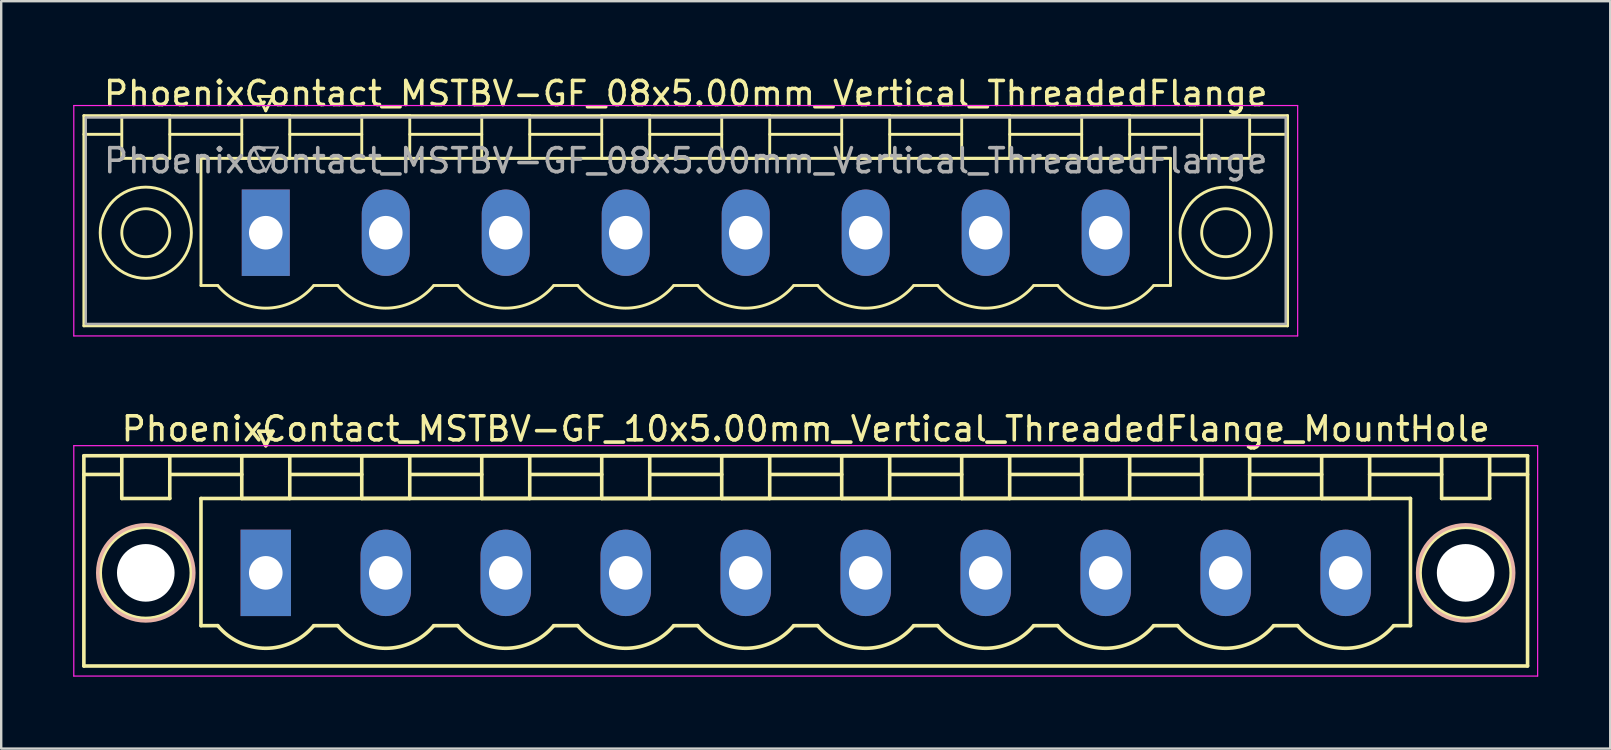
<source format=kicad_pcb>
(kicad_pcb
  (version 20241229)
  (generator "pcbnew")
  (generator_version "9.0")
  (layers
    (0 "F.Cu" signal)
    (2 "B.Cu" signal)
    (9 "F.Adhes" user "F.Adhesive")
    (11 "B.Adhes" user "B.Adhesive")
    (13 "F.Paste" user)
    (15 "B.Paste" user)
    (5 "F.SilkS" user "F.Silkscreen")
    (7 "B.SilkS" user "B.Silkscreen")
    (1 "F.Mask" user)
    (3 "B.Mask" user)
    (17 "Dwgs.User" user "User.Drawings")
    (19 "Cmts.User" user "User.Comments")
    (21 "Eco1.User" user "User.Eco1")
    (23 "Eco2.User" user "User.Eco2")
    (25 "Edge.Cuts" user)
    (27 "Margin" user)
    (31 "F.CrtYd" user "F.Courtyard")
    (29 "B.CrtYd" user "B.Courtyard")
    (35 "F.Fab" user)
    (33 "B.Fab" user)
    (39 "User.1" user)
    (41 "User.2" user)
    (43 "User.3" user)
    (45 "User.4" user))
  (footprint "PhoenixContact_MSTBV-GF_08x5.00mm_Vertical_ThreadedFlange"
    (layer "F.Cu")
    (at 8.025 6.648)
    (property "Reference" "PhoenixContact_MSTBV-GF_08x5.00mm_Vertical_ThreadedFlange" (at 17.5 -5.8 0) (layer "F.SilkS") (effects (font (size 1 1) (thickness 0.15))))
    (attr through_hole)
    (fp_line (start -7.58 -4.88) (end -7.58 3.88) (stroke (width 0.12) (type solid)) (layer "F.SilkS"))
    (fp_line (start -7.58 -4.1) (end -6.08 -4.1) (stroke (width 0.12) (type solid)) (layer "F.SilkS"))
    (fp_line (start -7.58 3.88) (end 42.58 3.88) (stroke (width 0.12) (type solid)) (layer "F.SilkS"))
    (fp_line (start -6 -4.88) (end -4 -4.88) (stroke (width 0.12) (type solid)) (layer "F.SilkS"))
    (fp_line (start -6 -3.1) (end -6 -4.88) (stroke (width 0.12) (type solid)) (layer "F.SilkS"))
    (fp_line (start -4 -4.88) (end -4 -3.1) (stroke (width 0.12) (type solid)) (layer "F.SilkS"))
    (fp_line (start -4 -4.1) (end -1 -4.1) (stroke (width 0.12) (type solid)) (layer "F.SilkS"))
    (fp_line (start -4 -3.1) (end -6 -3.1) (stroke (width 0.12) (type solid)) (layer "F.SilkS"))
    (fp_line (start -2.7 -3.1) (end 37.7 -3.1) (stroke (width 0.12) (type solid)) (layer "F.SilkS"))
    (fp_line (start -2.7 2.2) (end -2.7 -3.1) (stroke (width 0.12) (type solid)) (layer "F.SilkS"))
    (fp_line (start -2 2.2) (end -2.7 2.2) (stroke (width 0.12) (type solid)) (layer "F.SilkS"))
    (fp_line (start -1 -4.88) (end 1 -4.88) (stroke (width 0.12) (type solid)) (layer "F.SilkS"))
    (fp_line (start -1 -3.1) (end -1 -4.88) (stroke (width 0.12) (type solid)) (layer "F.SilkS"))
    (fp_line (start -0.3 -5.68) (end 0.3 -5.68) (stroke (width 0.12) (type solid)) (layer "F.SilkS"))
    (fp_line (start 0 -5.08) (end -0.3 -5.68) (stroke (width 0.12) (type solid)) (layer "F.SilkS"))
    (fp_line (start 0.3 -5.68) (end 0 -5.08) (stroke (width 0.12) (type solid)) (layer "F.SilkS"))
    (fp_line (start 1 -4.88) (end 1 -3.1) (stroke (width 0.12) (type solid)) (layer "F.SilkS"))
    (fp_line (start 1 -4.1) (end 4 -4.1) (stroke (width 0.12) (type solid)) (layer "F.SilkS"))
    (fp_line (start 1 -3.1) (end -1 -3.1) (stroke (width 0.12) (type solid)) (layer "F.SilkS"))
    (fp_line (start 2 2.2) (end 3 2.2) (stroke (width 0.12) (type solid)) (layer "F.SilkS"))
    (fp_line (start 4 -4.88) (end 6 -4.88) (stroke (width 0.12) (type solid)) (layer "F.SilkS"))
    (fp_line (start 4 -3.1) (end 4 -4.88) (stroke (width 0.12) (type solid)) (layer "F.SilkS"))
    (fp_line (start 6 -4.88) (end 6 -3.1) (stroke (width 0.12) (type solid)) (layer "F.SilkS"))
    (fp_line (start 6 -4.1) (end 9 -4.1) (stroke (width 0.12) (type solid)) (layer "F.SilkS"))
    (fp_line (start 6 -3.1) (end 4 -3.1) (stroke (width 0.12) (type solid)) (layer "F.SilkS"))
    (fp_line (start 7 2.2) (end 8 2.2) (stroke (width 0.12) (type solid)) (layer "F.SilkS"))
    (fp_line (start 9 -4.88) (end 11 -4.88) (stroke (width 0.12) (type solid)) (layer "F.SilkS"))
    (fp_line (start 9 -3.1) (end 9 -4.88) (stroke (width 0.12) (type solid)) (layer "F.SilkS"))
    (fp_line (start 11 -4.88) (end 11 -3.1) (stroke (width 0.12) (type solid)) (layer "F.SilkS"))
    (fp_line (start 11 -4.1) (end 14 -4.1) (stroke (width 0.12) (type solid)) (layer "F.SilkS"))
    (fp_line (start 11 -3.1) (end 9 -3.1) (stroke (width 0.12) (type solid)) (layer "F.SilkS"))
    (fp_line (start 12 2.2) (end 13 2.2) (stroke (width 0.12) (type solid)) (layer "F.SilkS"))
    (fp_line (start 14 -4.88) (end 16 -4.88) (stroke (width 0.12) (type solid)) (layer "F.SilkS"))
    (fp_line (start 14 -3.1) (end 14 -4.88) (stroke (width 0.12) (type solid)) (layer "F.SilkS"))
    (fp_line (start 16 -4.88) (end 16 -3.1) (stroke (width 0.12) (type solid)) (layer "F.SilkS"))
    (fp_line (start 16 -4.1) (end 19 -4.1) (stroke (width 0.12) (type solid)) (layer "F.SilkS"))
    (fp_line (start 16 -3.1) (end 14 -3.1) (stroke (width 0.12) (type solid)) (layer "F.SilkS"))
    (fp_line (start 17 2.2) (end 18 2.2) (stroke (width 0.12) (type solid)) (layer "F.SilkS"))
    (fp_line (start 19 -4.88) (end 21 -4.88) (stroke (width 0.12) (type solid)) (layer "F.SilkS"))
    (fp_line (start 19 -3.1) (end 19 -4.88) (stroke (width 0.12) (type solid)) (layer "F.SilkS"))
    (fp_line (start 21 -4.88) (end 21 -3.1) (stroke (width 0.12) (type solid)) (layer "F.SilkS"))
    (fp_line (start 21 -4.1) (end 24 -4.1) (stroke (width 0.12) (type solid)) (layer "F.SilkS"))
    (fp_line (start 21 -3.1) (end 19 -3.1) (stroke (width 0.12) (type solid)) (layer "F.SilkS"))
    (fp_line (start 22 2.2) (end 23 2.2) (stroke (width 0.12) (type solid)) (layer "F.SilkS"))
    (fp_line (start 24 -4.88) (end 26 -4.88) (stroke (width 0.12) (type solid)) (layer "F.SilkS"))
    (fp_line (start 24 -3.1) (end 24 -4.88) (stroke (width 0.12) (type solid)) (layer "F.SilkS"))
    (fp_line (start 26 -4.88) (end 26 -3.1) (stroke (width 0.12) (type solid)) (layer "F.SilkS"))
    (fp_line (start 26 -4.1) (end 29 -4.1) (stroke (width 0.12) (type solid)) (layer "F.SilkS"))
    (fp_line (start 26 -3.1) (end 24 -3.1) (stroke (width 0.12) (type solid)) (layer "F.SilkS"))
    (fp_line (start 27 2.2) (end 28 2.2) (stroke (width 0.12) (type solid)) (layer "F.SilkS"))
    (fp_line (start 29 -4.88) (end 31 -4.88) (stroke (width 0.12) (type solid)) (layer "F.SilkS"))
    (fp_line (start 29 -3.1) (end 29 -4.88) (stroke (width 0.12) (type solid)) (layer "F.SilkS"))
    (fp_line (start 31 -4.88) (end 31 -3.1) (stroke (width 0.12) (type solid)) (layer "F.SilkS"))
    (fp_line (start 31 -4.1) (end 34 -4.1) (stroke (width 0.12) (type solid)) (layer "F.SilkS"))
    (fp_line (start 31 -3.1) (end 29 -3.1) (stroke (width 0.12) (type solid)) (layer "F.SilkS"))
    (fp_line (start 32 2.2) (end 33 2.2) (stroke (width 0.12) (type solid)) (layer "F.SilkS"))
    (fp_line (start 34 -4.88) (end 36 -4.88) (stroke (width 0.12) (type solid)) (layer "F.SilkS"))
    (fp_line (start 34 -3.1) (end 34 -4.88) (stroke (width 0.12) (type solid)) (layer "F.SilkS"))
    (fp_line (start 36 -4.88) (end 36 -3.1) (stroke (width 0.12) (type solid)) (layer "F.SilkS"))
    (fp_line (start 36 -4.1) (end 39 -4.1) (stroke (width 0.12) (type solid)) (layer "F.SilkS"))
    (fp_line (start 36 -3.1) (end 34 -3.1) (stroke (width 0.12) (type solid)) (layer "F.SilkS"))
    (fp_line (start 37.7 -3.1) (end 37.7 2.2) (stroke (width 0.12) (type solid)) (layer "F.SilkS"))
    (fp_line (start 37.7 2.2) (end 37 2.2) (stroke (width 0.12) (type solid)) (layer "F.SilkS"))
    (fp_line (start 39 -4.88) (end 41 -4.88) (stroke (width 0.12) (type solid)) (layer "F.SilkS"))
    (fp_line (start 39 -3.1) (end 39 -4.88) (stroke (width 0.12) (type solid)) (layer "F.SilkS"))
    (fp_line (start 41 -4.88) (end 41 -3.1) (stroke (width 0.12) (type solid)) (layer "F.SilkS"))
    (fp_line (start 41 -3.1) (end 39 -3.1) (stroke (width 0.12) (type solid)) (layer "F.SilkS"))
    (fp_line (start 42.58 -4.88) (end -7.58 -4.88) (stroke (width 0.12) (type solid)) (layer "F.SilkS"))
    (fp_line (start 42.58 -4.1) (end 41.08 -4.1) (stroke (width 0.12) (type solid)) (layer "F.SilkS"))
    (fp_line (start 42.58 3.88) (end 42.58 -4.88) (stroke (width 0.12) (type solid)) (layer "F.SilkS"))
    (fp_arc (start 1.986842 2.215821) (mid -0.010289 3.142758) (end -2 2.2) (stroke (width 0.12) (type solid)) (layer "F.SilkS"))
    (fp_arc (start 6.986842 2.215821) (mid 4.989711 3.142758) (end 3 2.2) (stroke (width 0.12) (type solid)) (layer "F.SilkS"))
    (fp_arc (start 11.986842 2.215821) (mid 9.989711 3.142758) (end 8 2.2) (stroke (width 0.12) (type solid)) (layer "F.SilkS"))
    (fp_arc (start 16.986842 2.215821) (mid 14.989711 3.142758) (end 13 2.2) (stroke (width 0.12) (type solid)) (layer "F.SilkS"))
    (fp_arc (start 21.986842 2.215821) (mid 19.989711 3.142758) (end 18 2.2) (stroke (width 0.12) (type solid)) (layer "F.SilkS"))
    (fp_arc (start 26.986842 2.215821) (mid 24.989711 3.142758) (end 23 2.2) (stroke (width 0.12) (type solid)) (layer "F.SilkS"))
    (fp_arc (start 31.986842 2.215821) (mid 29.989711 3.142758) (end 28 2.2) (stroke (width 0.12) (type solid)) (layer "F.SilkS"))
    (fp_arc (start 36.986842 2.215821) (mid 34.989711 3.142758) (end 33 2.2) (stroke (width 0.12) (type solid)) (layer "F.SilkS"))
    (fp_circle (center -5 0) (end -4 0) (stroke (width 0.12) (type solid)) (fill no) (layer "F.SilkS"))
    (fp_circle (center -5 0) (end -3.1 0) (stroke (width 0.12) (type solid)) (fill no) (layer "F.SilkS"))
    (fp_circle (center 40 0) (end 41 0) (stroke (width 0.12) (type solid)) (fill no) (layer "F.SilkS"))
    (fp_circle (center 40 0) (end 41.9 0) (stroke (width 0.12) (type solid)) (fill no) (layer "F.SilkS"))
    (fp_line (start -8 -5.3) (end -8 4.3) (stroke (width 0.05) (type solid)) (layer "F.CrtYd"))
    (fp_line (start -8 4.3) (end 43 4.3) (stroke (width 0.05) (type solid)) (layer "F.CrtYd"))
    (fp_line (start 43 -5.3) (end -8 -5.3) (stroke (width 0.05) (type solid)) (layer "F.CrtYd"))
    (fp_line (start 43 4.3) (end 43 -5.3) (stroke (width 0.05) (type solid)) (layer "F.CrtYd"))
    (fp_line (start -7.5 -4.8) (end -7.5 3.8) (stroke (width 0.1) (type solid)) (layer "F.Fab"))
    (fp_line (start -7.5 3.8) (end 42.5 3.8) (stroke (width 0.1) (type solid)) (layer "F.Fab"))
    (fp_line (start -0.5 -3.55) (end 0.5 -3.55) (stroke (width 0.1) (type solid)) (layer "F.Fab"))
    (fp_line (start 0 -2.55) (end -0.5 -3.55) (stroke (width 0.1) (type solid)) (layer "F.Fab"))
    (fp_line (start 0.5 -3.55) (end 0 -2.55) (stroke (width 0.1) (type solid)) (layer "F.Fab"))
    (fp_line (start 42.5 -4.8) (end -7.5 -4.8) (stroke (width 0.1) (type solid)) (layer "F.Fab"))
    (fp_line (start 42.5 3.8) (end 42.5 -4.8) (stroke (width 0.1) (type solid)) (layer "F.Fab"))
    (fp_text user "${REFERENCE}" (at 17.5 -3 0) (layer "F.Fab") (effects (font (size 1 1) (thickness 0.15))))
    (pad "1" thru_hole rect (at 0 0) (size 2 3.6) (drill 1.4) (layers "*.Cu" "*.Mask"))
    (pad "2" thru_hole oval (at 5 0) (size 2 3.6) (drill 1.4) (layers "*.Cu" "*.Mask"))
    (pad "3" thru_hole oval (at 10 0) (size 2 3.6) (drill 1.4) (layers "*.Cu" "*.Mask"))
    (pad "4" thru_hole oval (at 15 0) (size 2 3.6) (drill 1.4) (layers "*.Cu" "*.Mask"))
    (pad "5" thru_hole oval (at 20 0) (size 2 3.6) (drill 1.4) (layers "*.Cu" "*.Mask"))
    (pad "6" thru_hole oval (at 25 0) (size 2 3.6) (drill 1.4) (layers "*.Cu" "*.Mask"))
    (pad "7" thru_hole oval (at 30 0) (size 2 3.6) (drill 1.4) (layers "*.Cu" "*.Mask"))
    (pad "8" thru_hole oval (at 35 0) (size 2 3.6) (drill 1.4) (layers "*.Cu" "*.Mask")))
  (footprint "PhoenixContact_MSTBV-GF_10x5.00mm_Vertical_ThreadedFlange_MountHole"
    (layer "F.Cu")
    (at 8.025 20.822)
    (property "Reference" "PhoenixContact_MSTBV-GF_10x5.00mm_Vertical_ThreadedFlange_MountHole" (at 22.5 -6 0) (layer "F.SilkS") (effects (font (size 1 1) (thickness 0.15))))
    (attr through_hole)
    (fp_line (start -7.58 -4.88) (end -7.58 3.88) (stroke (width 0.15) (type solid)) (layer "F.SilkS"))
    (fp_line (start -7.58 -4.1) (end -6.08 -4.1) (stroke (width 0.15) (type solid)) (layer "F.SilkS"))
    (fp_line (start -7.58 3.88) (end 52.58 3.88) (stroke (width 0.15) (type solid)) (layer "F.SilkS"))
    (fp_line (start -6 -4.88) (end -4 -4.88) (stroke (width 0.15) (type solid)) (layer "F.SilkS"))
    (fp_line (start -6 -3.1) (end -6 -4.88) (stroke (width 0.15) (type solid)) (layer "F.SilkS"))
    (fp_line (start -4 -4.88) (end -4 -3.1) (stroke (width 0.15) (type solid)) (layer "F.SilkS"))
    (fp_line (start -4 -4.1) (end -1 -4.1) (stroke (width 0.15) (type solid)) (layer "F.SilkS"))
    (fp_line (start -4 -3.1) (end -6 -3.1) (stroke (width 0.15) (type solid)) (layer "F.SilkS"))
    (fp_line (start -2.7 -3.1) (end 47.7 -3.1) (stroke (width 0.15) (type solid)) (layer "F.SilkS"))
    (fp_line (start -2.7 2.2) (end -2.7 -3.1) (stroke (width 0.15) (type solid)) (layer "F.SilkS"))
    (fp_line (start -2 2.2) (end -2.7 2.2) (stroke (width 0.15) (type solid)) (layer "F.SilkS"))
    (fp_line (start -1 -4.88) (end 1 -4.88) (stroke (width 0.15) (type solid)) (layer "F.SilkS"))
    (fp_line (start -1 -3.1) (end -1 -4.88) (stroke (width 0.15) (type solid)) (layer "F.SilkS"))
    (fp_line (start -0.3 -5.9) (end 0 -5.3) (stroke (width 0.15) (type solid)) (layer "F.SilkS"))
    (fp_line (start 0 -5.3) (end 0.3 -5.9) (stroke (width 0.15) (type solid)) (layer "F.SilkS"))
    (fp_line (start 0.3 -5.9) (end -0.3 -5.9) (stroke (width 0.15) (type solid)) (layer "F.SilkS"))
    (fp_line (start 1 -4.88) (end 1 -3.1) (stroke (width 0.15) (type solid)) (layer "F.SilkS"))
    (fp_line (start 1 -4.1) (end 4 -4.1) (stroke (width 0.15) (type solid)) (layer "F.SilkS"))
    (fp_line (start 1 -3.1) (end -1 -3.1) (stroke (width 0.15) (type solid)) (layer "F.SilkS"))
    (fp_line (start 2 2.2) (end 3 2.2) (stroke (width 0.15) (type solid)) (layer "F.SilkS"))
    (fp_line (start 4 -4.88) (end 6 -4.88) (stroke (width 0.15) (type solid)) (layer "F.SilkS"))
    (fp_line (start 4 -3.1) (end 4 -4.88) (stroke (width 0.15) (type solid)) (layer "F.SilkS"))
    (fp_line (start 6 -4.88) (end 6 -3.1) (stroke (width 0.15) (type solid)) (layer "F.SilkS"))
    (fp_line (start 6 -4.1) (end 9 -4.1) (stroke (width 0.15) (type solid)) (layer "F.SilkS"))
    (fp_line (start 6 -3.1) (end 4 -3.1) (stroke (width 0.15) (type solid)) (layer "F.SilkS"))
    (fp_line (start 7 2.2) (end 8 2.2) (stroke (width 0.15) (type solid)) (layer "F.SilkS"))
    (fp_line (start 9 -4.88) (end 11 -4.88) (stroke (width 0.15) (type solid)) (layer "F.SilkS"))
    (fp_line (start 9 -3.1) (end 9 -4.88) (stroke (width 0.15) (type solid)) (layer "F.SilkS"))
    (fp_line (start 11 -4.88) (end 11 -3.1) (stroke (width 0.15) (type solid)) (layer "F.SilkS"))
    (fp_line (start 11 -4.1) (end 14 -4.1) (stroke (width 0.15) (type solid)) (layer "F.SilkS"))
    (fp_line (start 11 -3.1) (end 9 -3.1) (stroke (width 0.15) (type solid)) (layer "F.SilkS"))
    (fp_line (start 12 2.2) (end 13 2.2) (stroke (width 0.15) (type solid)) (layer "F.SilkS"))
    (fp_line (start 14 -4.88) (end 16 -4.88) (stroke (width 0.15) (type solid)) (layer "F.SilkS"))
    (fp_line (start 14 -3.1) (end 14 -4.88) (stroke (width 0.15) (type solid)) (layer "F.SilkS"))
    (fp_line (start 16 -4.88) (end 16 -3.1) (stroke (width 0.15) (type solid)) (layer "F.SilkS"))
    (fp_line (start 16 -4.1) (end 19 -4.1) (stroke (width 0.15) (type solid)) (layer "F.SilkS"))
    (fp_line (start 16 -3.1) (end 14 -3.1) (stroke (width 0.15) (type solid)) (layer "F.SilkS"))
    (fp_line (start 17 2.2) (end 18 2.2) (stroke (width 0.15) (type solid)) (layer "F.SilkS"))
    (fp_line (start 19 -4.88) (end 21 -4.88) (stroke (width 0.15) (type solid)) (layer "F.SilkS"))
    (fp_line (start 19 -3.1) (end 19 -4.88) (stroke (width 0.15) (type solid)) (layer "F.SilkS"))
    (fp_line (start 21 -4.88) (end 21 -3.1) (stroke (width 0.15) (type solid)) (layer "F.SilkS"))
    (fp_line (start 21 -4.1) (end 24 -4.1) (stroke (width 0.15) (type solid)) (layer "F.SilkS"))
    (fp_line (start 21 -3.1) (end 19 -3.1) (stroke (width 0.15) (type solid)) (layer "F.SilkS"))
    (fp_line (start 22 2.2) (end 23 2.2) (stroke (width 0.15) (type solid)) (layer "F.SilkS"))
    (fp_line (start 24 -4.88) (end 26 -4.88) (stroke (width 0.15) (type solid)) (layer "F.SilkS"))
    (fp_line (start 24 -3.1) (end 24 -4.88) (stroke (width 0.15) (type solid)) (layer "F.SilkS"))
    (fp_line (start 26 -4.88) (end 26 -3.1) (stroke (width 0.15) (type solid)) (layer "F.SilkS"))
    (fp_line (start 26 -4.1) (end 29 -4.1) (stroke (width 0.15) (type solid)) (layer "F.SilkS"))
    (fp_line (start 26 -3.1) (end 24 -3.1) (stroke (width 0.15) (type solid)) (layer "F.SilkS"))
    (fp_line (start 27 2.2) (end 28 2.2) (stroke (width 0.15) (type solid)) (layer "F.SilkS"))
    (fp_line (start 29 -4.88) (end 31 -4.88) (stroke (width 0.15) (type solid)) (layer "F.SilkS"))
    (fp_line (start 29 -3.1) (end 29 -4.88) (stroke (width 0.15) (type solid)) (layer "F.SilkS"))
    (fp_line (start 31 -4.88) (end 31 -3.1) (stroke (width 0.15) (type solid)) (layer "F.SilkS"))
    (fp_line (start 31 -4.1) (end 34 -4.1) (stroke (width 0.15) (type solid)) (layer "F.SilkS"))
    (fp_line (start 31 -3.1) (end 29 -3.1) (stroke (width 0.15) (type solid)) (layer "F.SilkS"))
    (fp_line (start 32 2.2) (end 33 2.2) (stroke (width 0.15) (type solid)) (layer "F.SilkS"))
    (fp_line (start 34 -4.88) (end 36 -4.88) (stroke (width 0.15) (type solid)) (layer "F.SilkS"))
    (fp_line (start 34 -3.1) (end 34 -4.88) (stroke (width 0.15) (type solid)) (layer "F.SilkS"))
    (fp_line (start 36 -4.88) (end 36 -3.1) (stroke (width 0.15) (type solid)) (layer "F.SilkS"))
    (fp_line (start 36 -4.1) (end 39 -4.1) (stroke (width 0.15) (type solid)) (layer "F.SilkS"))
    (fp_line (start 36 -3.1) (end 34 -3.1) (stroke (width 0.15) (type solid)) (layer "F.SilkS"))
    (fp_line (start 37 2.2) (end 38 2.2) (stroke (width 0.15) (type solid)) (layer "F.SilkS"))
    (fp_line (start 39 -4.88) (end 41 -4.88) (stroke (width 0.15) (type solid)) (layer "F.SilkS"))
    (fp_line (start 39 -3.1) (end 39 -4.88) (stroke (width 0.15) (type solid)) (layer "F.SilkS"))
    (fp_line (start 41 -4.88) (end 41 -3.1) (stroke (width 0.15) (type solid)) (layer "F.SilkS"))
    (fp_line (start 41 -4.1) (end 44 -4.1) (stroke (width 0.15) (type solid)) (layer "F.SilkS"))
    (fp_line (start 41 -3.1) (end 39 -3.1) (stroke (width 0.15) (type solid)) (layer "F.SilkS"))
    (fp_line (start 42 2.2) (end 43 2.2) (stroke (width 0.15) (type solid)) (layer "F.SilkS"))
    (fp_line (start 44 -4.88) (end 46 -4.88) (stroke (width 0.15) (type solid)) (layer "F.SilkS"))
    (fp_line (start 44 -3.1) (end 44 -4.88) (stroke (width 0.15) (type solid)) (layer "F.SilkS"))
    (fp_line (start 46 -4.88) (end 46 -3.1) (stroke (width 0.15) (type solid)) (layer "F.SilkS"))
    (fp_line (start 46 -4.1) (end 49 -4.1) (stroke (width 0.15) (type solid)) (layer "F.SilkS"))
    (fp_line (start 46 -3.1) (end 44 -3.1) (stroke (width 0.15) (type solid)) (layer "F.SilkS"))
    (fp_line (start 47.7 -3.1) (end 47.7 2.2) (stroke (width 0.15) (type solid)) (layer "F.SilkS"))
    (fp_line (start 47.7 2.2) (end 47 2.2) (stroke (width 0.15) (type solid)) (layer "F.SilkS"))
    (fp_line (start 49 -4.88) (end 51 -4.88) (stroke (width 0.15) (type solid)) (layer "F.SilkS"))
    (fp_line (start 49 -3.1) (end 49 -4.88) (stroke (width 0.15) (type solid)) (layer "F.SilkS"))
    (fp_line (start 51 -4.88) (end 51 -3.1) (stroke (width 0.15) (type solid)) (layer "F.SilkS"))
    (fp_line (start 51 -3.1) (end 49 -3.1) (stroke (width 0.15) (type solid)) (layer "F.SilkS"))
    (fp_line (start 52.58 -4.88) (end -7.58 -4.88) (stroke (width 0.15) (type solid)) (layer "F.SilkS"))
    (fp_line (start 52.58 -4.1) (end 51.08 -4.1) (stroke (width 0.15) (type solid)) (layer "F.SilkS"))
    (fp_line (start 52.58 3.88) (end 52.58 -4.88) (stroke (width 0.15) (type solid)) (layer "F.SilkS"))
    (fp_arc (start 1.986842 2.215821) (mid -0.010289 3.142758) (end -2 2.2) (stroke (width 0.15) (type solid)) (layer "F.SilkS"))
    (fp_arc (start 6.986842 2.215821) (mid 4.989711 3.142758) (end 3 2.2) (stroke (width 0.15) (type solid)) (layer "F.SilkS"))
    (fp_arc (start 11.986842 2.215821) (mid 9.989711 3.142758) (end 8 2.2) (stroke (width 0.15) (type solid)) (layer "F.SilkS"))
    (fp_arc (start 16.986842 2.215821) (mid 14.989711 3.142758) (end 13 2.2) (stroke (width 0.15) (type solid)) (layer "F.SilkS"))
    (fp_arc (start 21.986842 2.215821) (mid 19.989711 3.142758) (end 18 2.2) (stroke (width 0.15) (type solid)) (layer "F.SilkS"))
    (fp_arc (start 26.986842 2.215821) (mid 24.989711 3.142758) (end 23 2.2) (stroke (width 0.15) (type solid)) (layer "F.SilkS"))
    (fp_arc (start 31.986842 2.215821) (mid 29.989711 3.142758) (end 28 2.2) (stroke (width 0.15) (type solid)) (layer "F.SilkS"))
    (fp_arc (start 36.986842 2.215821) (mid 34.989711 3.142758) (end 33 2.2) (stroke (width 0.15) (type solid)) (layer "F.SilkS"))
    (fp_arc (start 41.986842 2.215821) (mid 39.989711 3.142758) (end 38 2.2) (stroke (width 0.15) (type solid)) (layer "F.SilkS"))
    (fp_arc (start 46.986842 2.215821) (mid 44.989711 3.142758) (end 43 2.2) (stroke (width 0.15) (type solid)) (layer "F.SilkS"))
    (fp_circle (center -5 0) (end -4 0) (stroke (width 0.15) (type solid)) (fill no) (layer "F.SilkS"))
    (fp_circle (center -5 0) (end -3.1 0) (stroke (width 0.15) (type solid)) (fill no) (layer "F.SilkS"))
    (fp_circle (center 50 0) (end 51 0) (stroke (width 0.15) (type solid)) (fill no) (layer "F.SilkS"))
    (fp_circle (center 50 0) (end 51.9 0) (stroke (width 0.15) (type solid)) (fill no) (layer "F.SilkS"))
    (fp_circle (center -5 0) (end -3 0) (stroke (width 0.15) (type solid)) (fill no) (layer "B.SilkS"))
    (fp_circle (center 50 0) (end 52 0) (stroke (width 0.15) (type solid)) (fill no) (layer "B.SilkS"))
    (fp_line (start -8 -5.3) (end -8 4.3) (stroke (width 0.05) (type solid)) (layer "F.CrtYd"))
    (fp_line (start -8 4.3) (end 53 4.3) (stroke (width 0.05) (type solid)) (layer "F.CrtYd"))
    (fp_line (start 53 -5.3) (end -8 -5.3) (stroke (width 0.05) (type solid)) (layer "F.CrtYd"))
    (fp_line (start 53 4.3) (end 53 -5.3) (stroke (width 0.05) (type solid)) (layer "F.CrtYd"))
    (pad "" np_thru_hole circle (at -5 0) (size 2.4 2.4) (drill 2.4) (layers "*.Cu" "*.Mask"))
    (pad "" np_thru_hole circle (at 50 0) (size 2.4 2.4) (drill 2.4) (layers "*.Cu" "*.Mask"))
    (pad "1" thru_hole rect (at 0 0) (size 2.1 3.6) (drill 1.4) (layers "*.Cu" "*.Mask"))
    (pad "2" thru_hole oval (at 5 0) (size 2.1 3.6) (drill 1.4) (layers "*.Cu" "*.Mask"))
    (pad "3" thru_hole oval (at 10 0) (size 2.1 3.6) (drill 1.4) (layers "*.Cu" "*.Mask"))
    (pad "4" thru_hole oval (at 15 0) (size 2.1 3.6) (drill 1.4) (layers "*.Cu" "*.Mask"))
    (pad "5" thru_hole oval (at 20 0) (size 2.1 3.6) (drill 1.4) (layers "*.Cu" "*.Mask"))
    (pad "6" thru_hole oval (at 25 0) (size 2.1 3.6) (drill 1.4) (layers "*.Cu" "*.Mask"))
    (pad "7" thru_hole oval (at 30 0) (size 2.1 3.6) (drill 1.4) (layers "*.Cu" "*.Mask"))
    (pad "8" thru_hole oval (at 35 0) (size 2.1 3.6) (drill 1.4) (layers "*.Cu" "*.Mask"))
    (pad "9" thru_hole oval (at 40 0) (size 2.1 3.6) (drill 1.4) (layers "*.Cu" "*.Mask"))
    (pad "10" thru_hole oval (at 45 0) (size 2.1 3.6) (drill 1.4) (layers "*.Cu" "*.Mask")))
  (gr_rect
    (start -3 -3)
    (end 64.05 28.146)
    (stroke (width 0.1) (type default))
    (fill no)
    (layer "Edge.Cuts")))
</source>
